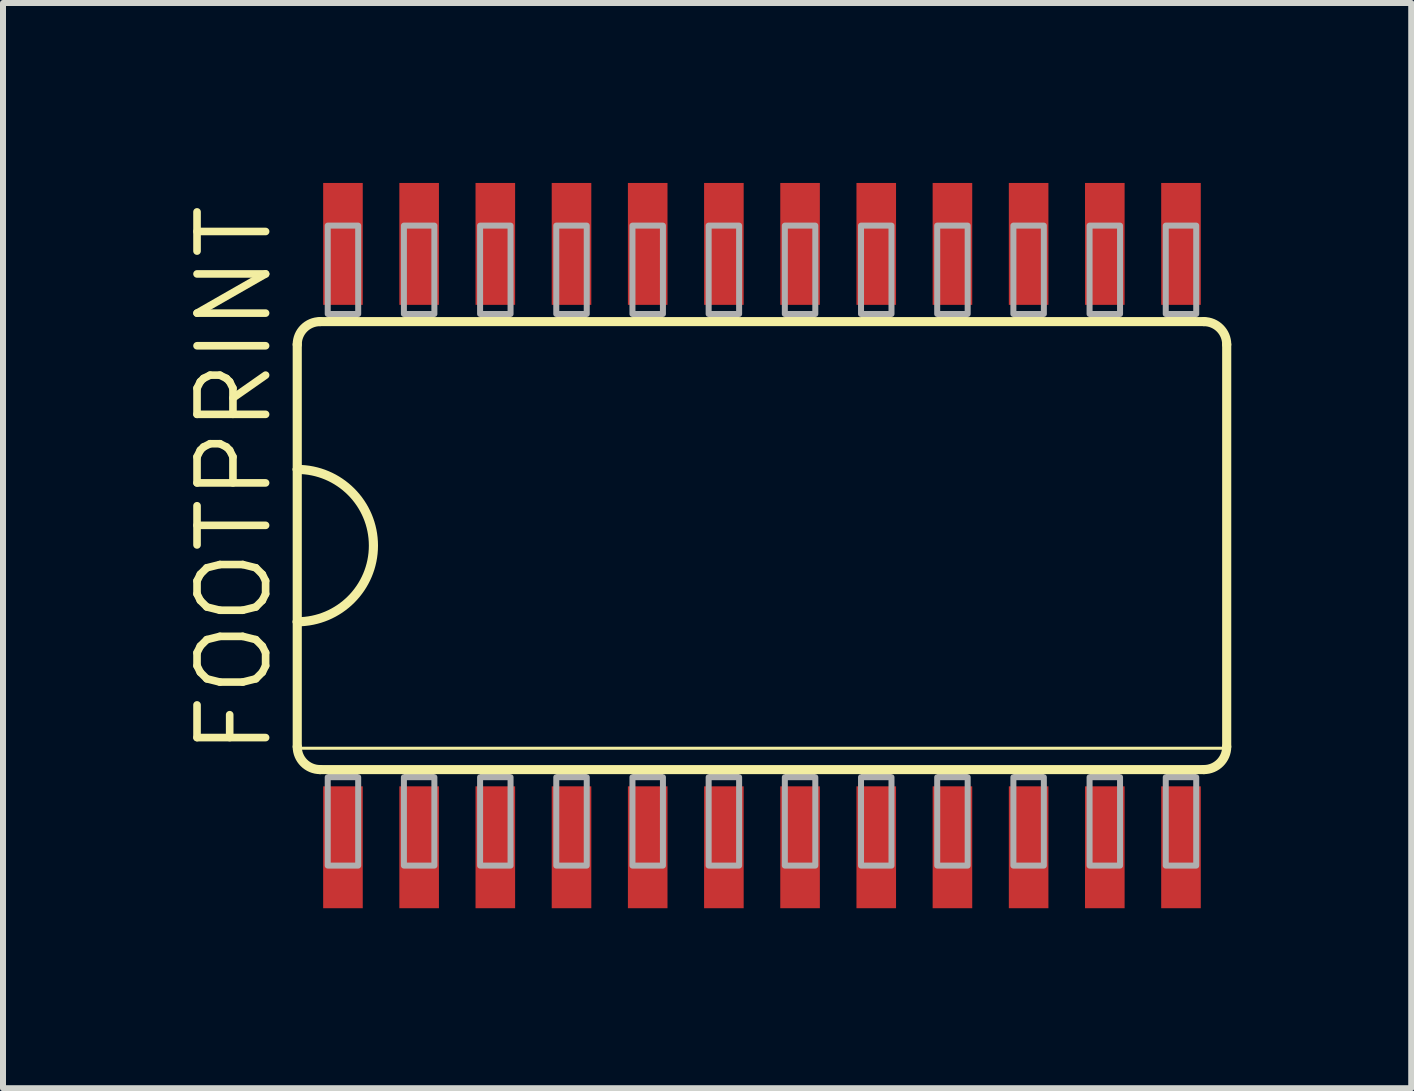
<source format=kicad_pcb>
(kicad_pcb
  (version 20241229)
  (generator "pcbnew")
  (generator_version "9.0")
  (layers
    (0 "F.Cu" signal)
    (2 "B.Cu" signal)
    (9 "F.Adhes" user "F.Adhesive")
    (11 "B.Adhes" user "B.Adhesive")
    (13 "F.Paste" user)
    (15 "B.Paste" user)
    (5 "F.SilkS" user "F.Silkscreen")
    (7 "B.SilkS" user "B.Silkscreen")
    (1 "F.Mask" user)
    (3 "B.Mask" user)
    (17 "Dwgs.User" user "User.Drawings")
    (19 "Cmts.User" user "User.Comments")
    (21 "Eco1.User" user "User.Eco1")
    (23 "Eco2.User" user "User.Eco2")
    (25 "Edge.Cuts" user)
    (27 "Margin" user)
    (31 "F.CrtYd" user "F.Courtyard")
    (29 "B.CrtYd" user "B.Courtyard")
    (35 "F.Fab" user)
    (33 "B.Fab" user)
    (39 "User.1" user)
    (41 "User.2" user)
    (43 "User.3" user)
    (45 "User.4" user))
  (footprint "FOOTPRINT"
    (layer "F.Cu")
    (at 9.652 6.045)
    (property "Reference" "FOOTPRINT" (at -8.128 3.556 90) (layer "F.SilkS") (effects (font (size 1.143 1.143) (thickness 0.127)) (justify left bottom)))
    (fp_line (start -7.747 -3.353) (end -7.747 -1.27) (stroke (width 0.152) (type solid)) (layer "F.SilkS"))
    (fp_line (start -7.747 -1.27) (end -7.747 1.27) (stroke (width 0.152) (type solid)) (layer "F.SilkS"))
    (fp_line (start -7.747 1.27) (end -7.747 3.353) (stroke (width 0.152) (type solid)) (layer "F.SilkS"))
    (fp_line (start -7.747 3.378) (end 7.747 3.378) (stroke (width 0.051) (type solid)) (layer "F.SilkS"))
    (fp_line (start -7.366 3.734) (end 7.366 3.734) (stroke (width 0.152) (type solid)) (layer "F.SilkS"))
    (fp_line (start 7.366 -3.734) (end -7.366 -3.734) (stroke (width 0.152) (type solid)) (layer "F.SilkS"))
    (fp_line (start 7.747 3.353) (end 7.747 -3.353) (stroke (width 0.152) (type solid)) (layer "F.SilkS"))
    (fp_arc (start -7.747 -3.3528) (mid -7.635408 -3.622208) (end -7.366 -3.7338) (stroke (width 0.1524) (type solid)) (layer "F.SilkS"))
    (fp_arc (start -7.747 -1.27) (mid -6.477 0) (end -7.747 1.27) (stroke (width 0.1524) (type solid)) (layer "F.SilkS"))
    (fp_arc (start -7.366 3.7338) (mid -7.635408 3.622208) (end -7.747 3.3528) (stroke (width 0.1524) (type solid)) (layer "F.SilkS"))
    (fp_arc (start 7.366 -3.7338) (mid 7.635408 -3.622208) (end 7.747 -3.3528) (stroke (width 0.1524) (type solid)) (layer "F.SilkS"))
    (fp_arc (start 7.747 3.3528) (mid 7.635408 3.622208) (end 7.366 3.7338) (stroke (width 0.1524) (type solid)) (layer "F.SilkS"))
    (fp_poly (pts (xy -7.239 -3.734) (xy -6.731 -3.734) (xy -6.731 -3.861) (xy -7.239 -3.861)) (stroke (width 0) (type solid)) (fill yes) (layer "F.SilkS"))
    (fp_poly (pts (xy -7.239 3.861) (xy -6.731 3.861) (xy -6.731 3.734) (xy -7.239 3.734)) (stroke (width 0) (type solid)) (fill yes) (layer "F.SilkS"))
    (fp_poly (pts (xy -5.969 -3.734) (xy -5.461 -3.734) (xy -5.461 -3.861) (xy -5.969 -3.861)) (stroke (width 0) (type solid)) (fill yes) (layer "F.SilkS"))
    (fp_poly (pts (xy -5.969 3.861) (xy -5.461 3.861) (xy -5.461 3.734) (xy -5.969 3.734)) (stroke (width 0) (type solid)) (fill yes) (layer "F.SilkS"))
    (fp_poly (pts (xy -4.699 -3.734) (xy -4.191 -3.734) (xy -4.191 -3.861) (xy -4.699 -3.861)) (stroke (width 0) (type solid)) (fill yes) (layer "F.SilkS"))
    (fp_poly (pts (xy -4.699 3.861) (xy -4.191 3.861) (xy -4.191 3.734) (xy -4.699 3.734)) (stroke (width 0) (type solid)) (fill yes) (layer "F.SilkS"))
    (fp_poly (pts (xy -3.429 -3.734) (xy -2.921 -3.734) (xy -2.921 -3.861) (xy -3.429 -3.861)) (stroke (width 0) (type solid)) (fill yes) (layer "F.SilkS"))
    (fp_poly (pts (xy -3.429 3.861) (xy -2.921 3.861) (xy -2.921 3.734) (xy -3.429 3.734)) (stroke (width 0) (type solid)) (fill yes) (layer "F.SilkS"))
    (fp_poly (pts (xy -2.159 -3.734) (xy -1.651 -3.734) (xy -1.651 -3.861) (xy -2.159 -3.861)) (stroke (width 0) (type solid)) (fill yes) (layer "F.SilkS"))
    (fp_poly (pts (xy -2.159 3.861) (xy -1.651 3.861) (xy -1.651 3.734) (xy -2.159 3.734)) (stroke (width 0) (type solid)) (fill yes) (layer "F.SilkS"))
    (fp_poly (pts (xy -0.889 -3.734) (xy -0.381 -3.734) (xy -0.381 -3.861) (xy -0.889 -3.861)) (stroke (width 0) (type solid)) (fill yes) (layer "F.SilkS"))
    (fp_poly (pts (xy -0.889 3.861) (xy -0.381 3.861) (xy -0.381 3.734) (xy -0.889 3.734)) (stroke (width 0) (type solid)) (fill yes) (layer "F.SilkS"))
    (fp_poly (pts (xy 0.381 -3.734) (xy 0.889 -3.734) (xy 0.889 -3.861) (xy 0.381 -3.861)) (stroke (width 0) (type solid)) (fill yes) (layer "F.SilkS"))
    (fp_poly (pts (xy 0.381 3.861) (xy 0.889 3.861) (xy 0.889 3.734) (xy 0.381 3.734)) (stroke (width 0) (type solid)) (fill yes) (layer "F.SilkS"))
    (fp_poly (pts (xy 1.651 -3.734) (xy 2.159 -3.734) (xy 2.159 -3.861) (xy 1.651 -3.861)) (stroke (width 0) (type solid)) (fill yes) (layer "F.SilkS"))
    (fp_poly (pts (xy 1.651 3.861) (xy 2.159 3.861) (xy 2.159 3.734) (xy 1.651 3.734)) (stroke (width 0) (type solid)) (fill yes) (layer "F.SilkS"))
    (fp_poly (pts (xy 2.921 -3.734) (xy 3.429 -3.734) (xy 3.429 -3.861) (xy 2.921 -3.861)) (stroke (width 0) (type solid)) (fill yes) (layer "F.SilkS"))
    (fp_poly (pts (xy 2.921 3.861) (xy 3.429 3.861) (xy 3.429 3.734) (xy 2.921 3.734)) (stroke (width 0) (type solid)) (fill yes) (layer "F.SilkS"))
    (fp_poly (pts (xy 4.191 -3.734) (xy 4.699 -3.734) (xy 4.699 -3.861) (xy 4.191 -3.861)) (stroke (width 0) (type solid)) (fill yes) (layer "F.SilkS"))
    (fp_poly (pts (xy 4.191 3.861) (xy 4.699 3.861) (xy 4.699 3.734) (xy 4.191 3.734)) (stroke (width 0) (type solid)) (fill yes) (layer "F.SilkS"))
    (fp_poly (pts (xy 5.461 -3.734) (xy 5.969 -3.734) (xy 5.969 -3.861) (xy 5.461 -3.861)) (stroke (width 0) (type solid)) (fill yes) (layer "F.SilkS"))
    (fp_poly (pts (xy 5.461 3.861) (xy 5.969 3.861) (xy 5.969 3.734) (xy 5.461 3.734)) (stroke (width 0) (type solid)) (fill yes) (layer "F.SilkS"))
    (fp_poly (pts (xy 6.731 -3.734) (xy 7.239 -3.734) (xy 7.239 -3.861) (xy 6.731 -3.861)) (stroke (width 0) (type solid)) (fill yes) (layer "F.SilkS"))
    (fp_poly (pts (xy 6.731 3.861) (xy 7.239 3.861) (xy 7.239 3.734) (xy 6.731 3.734)) (stroke (width 0) (type solid)) (fill yes) (layer "F.SilkS"))
    (fp_poly (pts (xy -7.239 -3.861) (xy -6.731 -3.861) (xy -6.731 -5.334) (xy -7.239 -5.334)) (stroke (width 0.1) (type solid)) (fill no) (layer "F.Fab"))
    (fp_poly (pts (xy -7.239 5.334) (xy -6.731 5.334) (xy -6.731 3.861) (xy -7.239 3.861)) (stroke (width 0.1) (type solid)) (fill no) (layer "F.Fab"))
    (fp_poly (pts (xy -5.969 -3.861) (xy -5.461 -3.861) (xy -5.461 -5.334) (xy -5.969 -5.334)) (stroke (width 0.1) (type solid)) (fill no) (layer "F.Fab"))
    (fp_poly (pts (xy -5.969 5.334) (xy -5.461 5.334) (xy -5.461 3.861) (xy -5.969 3.861)) (stroke (width 0.1) (type solid)) (fill no) (layer "F.Fab"))
    (fp_poly (pts (xy -4.699 -3.861) (xy -4.191 -3.861) (xy -4.191 -5.334) (xy -4.699 -5.334)) (stroke (width 0.1) (type solid)) (fill no) (layer "F.Fab"))
    (fp_poly (pts (xy -4.699 5.334) (xy -4.191 5.334) (xy -4.191 3.861) (xy -4.699 3.861)) (stroke (width 0.1) (type solid)) (fill no) (layer "F.Fab"))
    (fp_poly (pts (xy -3.429 -3.861) (xy -2.921 -3.861) (xy -2.921 -5.334) (xy -3.429 -5.334)) (stroke (width 0.1) (type solid)) (fill no) (layer "F.Fab"))
    (fp_poly (pts (xy -3.429 5.334) (xy -2.921 5.334) (xy -2.921 3.861) (xy -3.429 3.861)) (stroke (width 0.1) (type solid)) (fill no) (layer "F.Fab"))
    (fp_poly (pts (xy -2.159 -3.861) (xy -1.651 -3.861) (xy -1.651 -5.334) (xy -2.159 -5.334)) (stroke (width 0.1) (type solid)) (fill no) (layer "F.Fab"))
    (fp_poly (pts (xy -2.159 5.334) (xy -1.651 5.334) (xy -1.651 3.861) (xy -2.159 3.861)) (stroke (width 0.1) (type solid)) (fill no) (layer "F.Fab"))
    (fp_poly (pts (xy -0.889 -3.861) (xy -0.381 -3.861) (xy -0.381 -5.334) (xy -0.889 -5.334)) (stroke (width 0.1) (type solid)) (fill no) (layer "F.Fab"))
    (fp_poly (pts (xy -0.889 5.334) (xy -0.381 5.334) (xy -0.381 3.861) (xy -0.889 3.861)) (stroke (width 0.1) (type solid)) (fill no) (layer "F.Fab"))
    (fp_poly (pts (xy 0.381 -3.861) (xy 0.889 -3.861) (xy 0.889 -5.334) (xy 0.381 -5.334)) (stroke (width 0.1) (type solid)) (fill no) (layer "F.Fab"))
    (fp_poly (pts (xy 0.381 5.334) (xy 0.889 5.334) (xy 0.889 3.861) (xy 0.381 3.861)) (stroke (width 0.1) (type solid)) (fill no) (layer "F.Fab"))
    (fp_poly (pts (xy 1.651 -3.861) (xy 2.159 -3.861) (xy 2.159 -5.334) (xy 1.651 -5.334)) (stroke (width 0.1) (type solid)) (fill no) (layer "F.Fab"))
    (fp_poly (pts (xy 1.651 5.334) (xy 2.159 5.334) (xy 2.159 3.861) (xy 1.651 3.861)) (stroke (width 0.1) (type solid)) (fill no) (layer "F.Fab"))
    (fp_poly (pts (xy 2.921 -3.861) (xy 3.429 -3.861) (xy 3.429 -5.334) (xy 2.921 -5.334)) (stroke (width 0.1) (type solid)) (fill no) (layer "F.Fab"))
    (fp_poly (pts (xy 2.921 5.334) (xy 3.429 5.334) (xy 3.429 3.861) (xy 2.921 3.861)) (stroke (width 0.1) (type solid)) (fill no) (layer "F.Fab"))
    (fp_poly (pts (xy 4.191 -3.861) (xy 4.699 -3.861) (xy 4.699 -5.334) (xy 4.191 -5.334)) (stroke (width 0.1) (type solid)) (fill no) (layer "F.Fab"))
    (fp_poly (pts (xy 4.191 5.334) (xy 4.699 5.334) (xy 4.699 3.861) (xy 4.191 3.861)) (stroke (width 0.1) (type solid)) (fill no) (layer "F.Fab"))
    (fp_poly (pts (xy 5.461 -3.861) (xy 5.969 -3.861) (xy 5.969 -5.334) (xy 5.461 -5.334)) (stroke (width 0.1) (type solid)) (fill no) (layer "F.Fab"))
    (fp_poly (pts (xy 5.461 5.334) (xy 5.969 5.334) (xy 5.969 3.861) (xy 5.461 3.861)) (stroke (width 0.1) (type solid)) (fill no) (layer "F.Fab"))
    (fp_poly (pts (xy 6.731 -3.861) (xy 7.239 -3.861) (xy 7.239 -5.334) (xy 6.731 -5.334)) (stroke (width 0.1) (type solid)) (fill no) (layer "F.Fab"))
    (fp_poly (pts (xy 6.731 5.334) (xy 7.239 5.334) (xy 7.239 3.861) (xy 6.731 3.861)) (stroke (width 0.1) (type solid)) (fill no) (layer "F.Fab"))
    (pad "1" smd rect (at -6.985 5.029) (size 0.66 2.032) (layers "F.Cu" "F.Mask" "F.Paste"))
    (pad "2" smd rect (at -5.715 5.029) (size 0.66 2.032) (layers "F.Cu" "F.Mask" "F.Paste"))
    (pad "3" smd rect (at -4.445 5.029) (size 0.66 2.032) (layers "F.Cu" "F.Mask" "F.Paste"))
    (pad "4" smd rect (at -3.175 5.029) (size 0.66 2.032) (layers "F.Cu" "F.Mask" "F.Paste"))
    (pad "5" smd rect (at -1.905 5.029) (size 0.66 2.032) (layers "F.Cu" "F.Mask" "F.Paste"))
    (pad "6" smd rect (at -0.635 5.029) (size 0.66 2.032) (layers "F.Cu" "F.Mask" "F.Paste"))
    (pad "7" smd rect (at 0.635 5.029) (size 0.66 2.032) (layers "F.Cu" "F.Mask" "F.Paste"))
    (pad "8" smd rect (at 1.905 5.029) (size 0.66 2.032) (layers "F.Cu" "F.Mask" "F.Paste"))
    (pad "9" smd rect (at 3.175 5.029) (size 0.66 2.032) (layers "F.Cu" "F.Mask" "F.Paste"))
    (pad "10" smd rect (at 4.445 5.029) (size 0.66 2.032) (layers "F.Cu" "F.Mask" "F.Paste"))
    (pad "11" smd rect (at 5.715 5.029) (size 0.66 2.032) (layers "F.Cu" "F.Mask" "F.Paste"))
    (pad "12" smd rect (at 6.985 5.029) (size 0.66 2.032) (layers "F.Cu" "F.Mask" "F.Paste"))
    (pad "13" smd rect (at 6.985 -5.029) (size 0.66 2.032) (layers "F.Cu" "F.Mask" "F.Paste"))
    (pad "14" smd rect (at 5.715 -5.029) (size 0.66 2.032) (layers "F.Cu" "F.Mask" "F.Paste"))
    (pad "15" smd rect (at 4.445 -5.029) (size 0.66 2.032) (layers "F.Cu" "F.Mask" "F.Paste"))
    (pad "16" smd rect (at 3.175 -5.029) (size 0.66 2.032) (layers "F.Cu" "F.Mask" "F.Paste"))
    (pad "17" smd rect (at 1.905 -5.029) (size 0.66 2.032) (layers "F.Cu" "F.Mask" "F.Paste"))
    (pad "18" smd rect (at 0.635 -5.029) (size 0.66 2.032) (layers "F.Cu" "F.Mask" "F.Paste"))
    (pad "19" smd rect (at -0.635 -5.029) (size 0.66 2.032) (layers "F.Cu" "F.Mask" "F.Paste"))
    (pad "20" smd rect (at -1.905 -5.029) (size 0.66 2.032) (layers "F.Cu" "F.Mask" "F.Paste"))
    (pad "21" smd rect (at -3.175 -5.029) (size 0.66 2.032) (layers "F.Cu" "F.Mask" "F.Paste"))
    (pad "22" smd rect (at -4.445 -5.029) (size 0.66 2.032) (layers "F.Cu" "F.Mask" "F.Paste"))
    (pad "23" smd rect (at -5.715 -5.029) (size 0.66 2.032) (layers "F.Cu" "F.Mask" "F.Paste"))
    (pad "24" smd rect (at -6.985 -5.029) (size 0.66 2.032) (layers "F.Cu" "F.Mask" "F.Paste")))
  (gr_rect
    (start -3 -3)
    (end 20.475 15.09)
    (stroke (width 0.1) (type default))
    (fill no)
    (layer "Edge.Cuts")))
</source>
